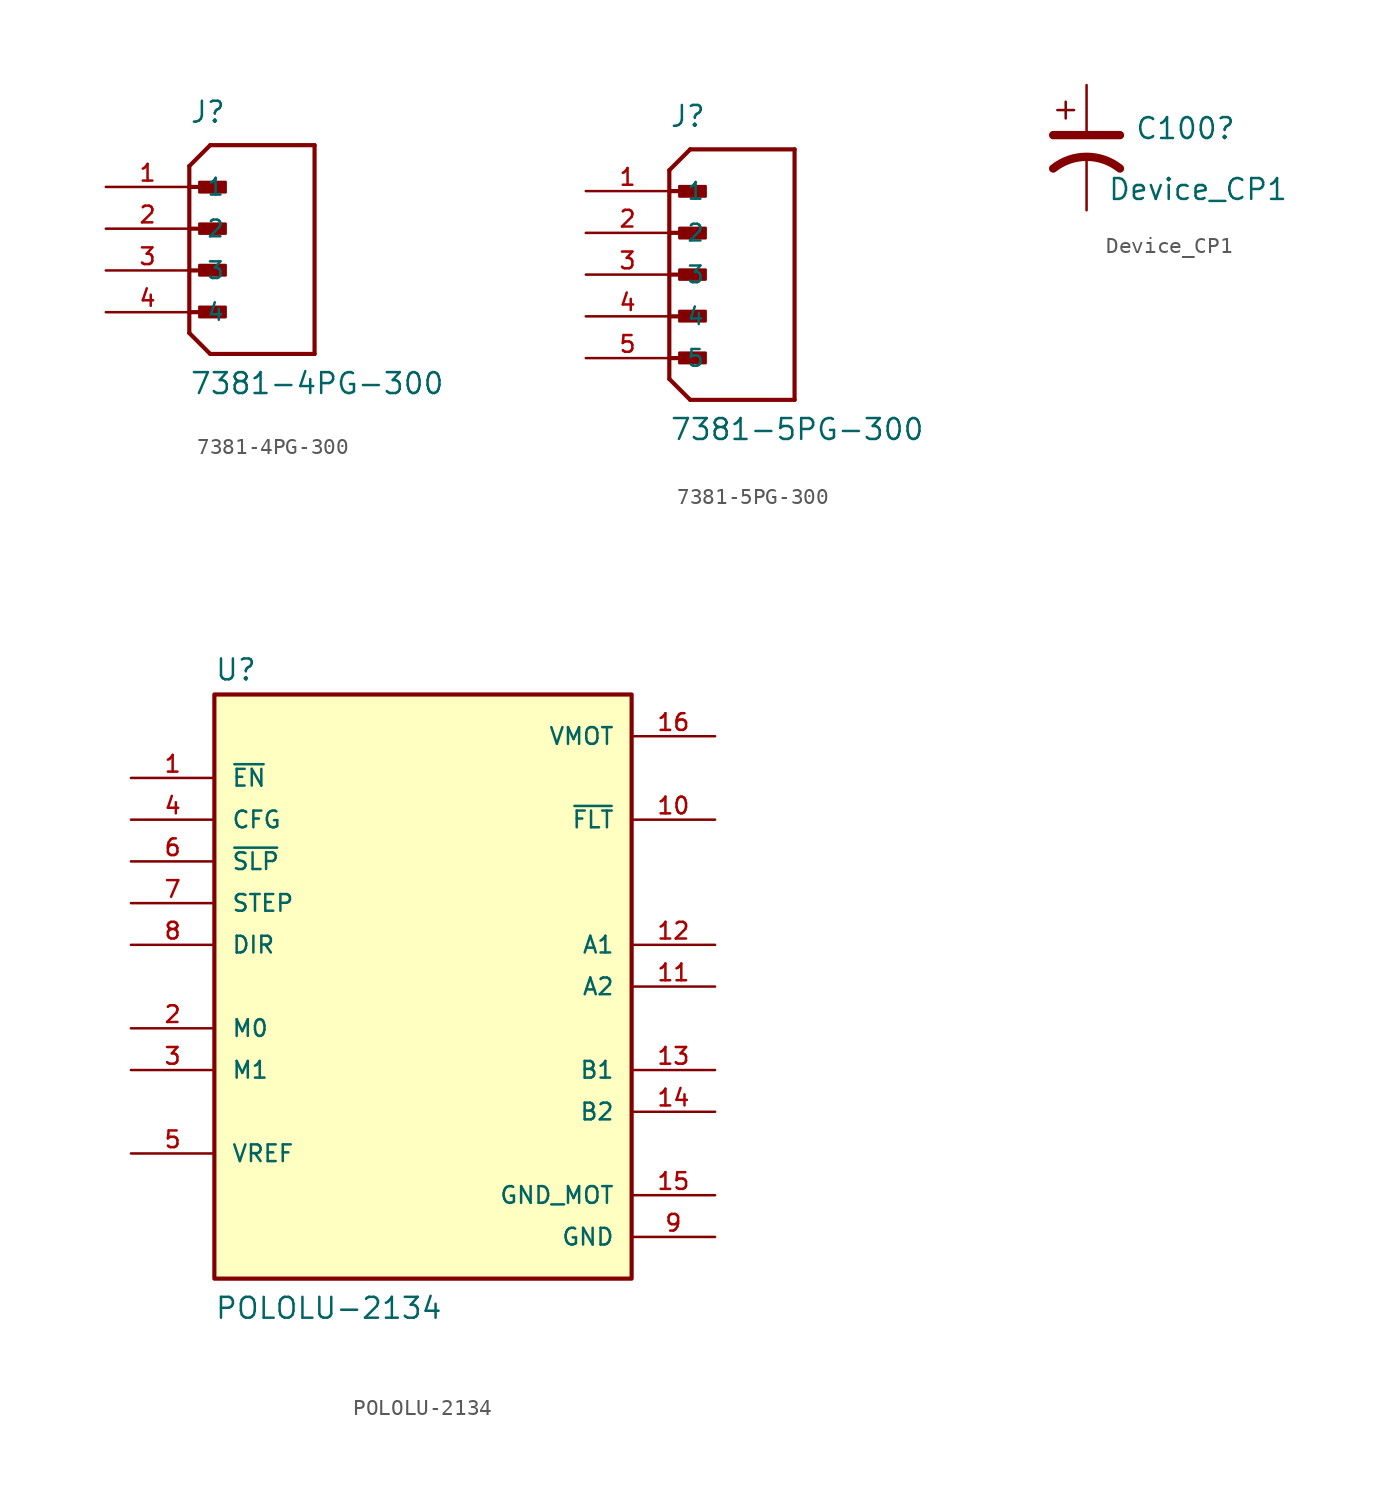
<source format=kicad_sym>
(kicad_symbol_lib
  (version 20211014)
  (generator kicad_symbol_editor)
  (symbol "7381-4PG-300"
    (pin_names
      (offset 1.016))
    (property "Reference" "J"
      (at 0 6.35 0)
      (effects (font (size 1.27 1.27)) (justify left bottom)))
    (property "Value" "7381-4PG-300"
      (at 0 -10.16 0)
      (effects (font (size 1.27 1.27)) (justify left bottom)))
    (property "ki_locked" ""
      (at 0 0 0)
      (effects (font (size 1.27 1.27))))
    (symbol "7381-4PG-300_0_0"
      (polyline (pts (xy 0 -6.35) (xy 1.27 -7.62)) (stroke (width 0.254) (type default) (color 0 0 0 0)) (fill (type none)))
      (polyline (pts (xy 0 -5.08) (xy 0 -6.35)) (stroke (width 0.254) (type default) (color 0 0 0 0)) (fill (type none)))
      (polyline (pts (xy 0 -5.08) (xy 1.905 -5.08)) (stroke (width 0.254) (type default) (color 0 0 0 0)) (fill (type none)))
      (polyline (pts (xy 0 -2.54) (xy 0 -5.08)) (stroke (width 0.254) (type default) (color 0 0 0 0)) (fill (type none)))
      (polyline (pts (xy 0 -2.54) (xy 1.905 -2.54)) (stroke (width 0.254) (type default) (color 0 0 0 0)) (fill (type none)))
      (polyline (pts (xy 0 0) (xy 1.905 0)) (stroke (width 0.254) (type default) (color 0 0 0 0)) (fill (type none)))
      (polyline (pts (xy 0 2.54) (xy 0 -2.54)) (stroke (width 0.254) (type default) (color 0 0 0 0)) (fill (type none)))
      (polyline (pts (xy 0 2.54) (xy 1.905 2.54)) (stroke (width 0.254) (type default) (color 0 0 0 0)) (fill (type none)))
      (polyline (pts (xy 0 3.81) (xy 0 2.54)) (stroke (width 0.254) (type default) (color 0 0 0 0)) (fill (type none)))
      (polyline (pts (xy 0 3.81) (xy 1.27 5.08)) (stroke (width 0.254) (type default) (color 0 0 0 0)) (fill (type none)))
      (polyline (pts (xy 1.27 -7.62) (xy 7.62 -7.62)) (stroke (width 0.254) (type default) (color 0 0 0 0)) (fill (type none)))
      (polyline (pts (xy 7.62 -7.62) (xy 7.62 5.08)) (stroke (width 0.254) (type default) (color 0 0 0 0)) (fill (type none)))
      (polyline (pts (xy 7.62 5.08) (xy 1.27 5.08)) (stroke (width 0.254) (type default) (color 0 0 0 0)) (fill (type none)))
      (rectangle (start 0.61 -5.385) (end 2.21 -4.75) (stroke (width 0) (type default) (color 0 0 0 0)) (fill (type outline)))
      (rectangle (start 0.61 -2.845) (end 2.21 -2.21) (stroke (width 0) (type default) (color 0 0 0 0)) (fill (type outline)))
      (rectangle (start 0.61 -0.305) (end 2.21 0.305) (stroke (width 0) (type default) (color 0 0 0 0)) (fill (type outline)))
      (rectangle (start 0.61 2.21) (end 2.21 2.845) (stroke (width 0) (type default) (color 0 0 0 0)) (fill (type outline)))
      (pin passive line (at -5.08 2.54 0) (length 5.08) (name "1" (effects (font (size 1.016 1.016)))) (number "1" (effects (font (size 1.016 1.016)))))
      (pin passive line (at -5.08 0 0) (length 5.08) (name "2" (effects (font (size 1.016 1.016)))) (number "2" (effects (font (size 1.016 1.016)))))
      (pin passive line (at -5.08 -2.54 0) (length 5.08) (name "3" (effects (font (size 1.016 1.016)))) (number "3" (effects (font (size 1.016 1.016)))))
      (pin passive line (at -5.08 -5.08 0) (length 5.08) (name "4" (effects (font (size 1.016 1.016)))) (number "4" (effects (font (size 1.016 1.016)))))))
  (symbol "7381-5PG-300"
    (pin_names
      (offset 1.016))
    (property "Reference" "J"
      (at 0 8.89 0)
      (effects (font (size 1.27 1.27)) (justify left bottom)))
    (property "Value" "7381-5PG-300"
      (at 0 -10.16 0)
      (effects (font (size 1.27 1.27)) (justify left bottom)))
    (property "ki_locked" ""
      (at 0 0 0)
      (effects (font (size 1.27 1.27))))
    (symbol "7381-5PG-300_0_0"
      (polyline (pts (xy 0 -6.35) (xy 1.27 -7.62)) (stroke (width 0.254) (type default) (color 0 0 0 0)) (fill (type none)))
      (polyline (pts (xy 0 -5.08) (xy 0 -6.35)) (stroke (width 0.254) (type default) (color 0 0 0 0)) (fill (type none)))
      (polyline (pts (xy 0 -5.08) (xy 1.905 -5.08)) (stroke (width 0.254) (type default) (color 0 0 0 0)) (fill (type none)))
      (polyline (pts (xy 0 -2.54) (xy 0 -5.08)) (stroke (width 0.254) (type default) (color 0 0 0 0)) (fill (type none)))
      (polyline (pts (xy 0 -2.54) (xy 1.905 -2.54)) (stroke (width 0.254) (type default) (color 0 0 0 0)) (fill (type none)))
      (polyline (pts (xy 0 0) (xy 0 -2.54)) (stroke (width 0.254) (type default) (color 0 0 0 0)) (fill (type none)))
      (polyline (pts (xy 0 0) (xy 1.905 0)) (stroke (width 0.254) (type default) (color 0 0 0 0)) (fill (type none)))
      (polyline (pts (xy 0 2.54) (xy 1.905 2.54)) (stroke (width 0.254) (type default) (color 0 0 0 0)) (fill (type none)))
      (polyline (pts (xy 0 5.08) (xy 0 0)) (stroke (width 0.254) (type default) (color 0 0 0 0)) (fill (type none)))
      (polyline (pts (xy 0 5.08) (xy 1.905 5.08)) (stroke (width 0.254) (type default) (color 0 0 0 0)) (fill (type none)))
      (polyline (pts (xy 0 6.35) (xy 0 5.08)) (stroke (width 0.254) (type default) (color 0 0 0 0)) (fill (type none)))
      (polyline (pts (xy 0 6.35) (xy 1.27 7.62)) (stroke (width 0.254) (type default) (color 0 0 0 0)) (fill (type none)))
      (polyline (pts (xy 1.27 -7.62) (xy 7.62 -7.62)) (stroke (width 0.254) (type default) (color 0 0 0 0)) (fill (type none)))
      (polyline (pts (xy 7.62 -7.62) (xy 7.62 7.62)) (stroke (width 0.254) (type default) (color 0 0 0 0)) (fill (type none)))
      (polyline (pts (xy 7.62 7.62) (xy 1.27 7.62)) (stroke (width 0.254) (type default) (color 0 0 0 0)) (fill (type none)))
      (rectangle (start 0.61 -5.385) (end 2.21 -4.75) (stroke (width 0) (type default) (color 0 0 0 0)) (fill (type outline)))
      (rectangle (start 0.61 -2.845) (end 2.21 -2.21) (stroke (width 0) (type default) (color 0 0 0 0)) (fill (type outline)))
      (rectangle (start 0.61 -0.305) (end 2.21 0.305) (stroke (width 0) (type default) (color 0 0 0 0)) (fill (type outline)))
      (rectangle (start 0.61 2.21) (end 2.21 2.845) (stroke (width 0) (type default) (color 0 0 0 0)) (fill (type outline)))
      (rectangle (start 0.61 4.75) (end 2.21 5.385) (stroke (width 0) (type default) (color 0 0 0 0)) (fill (type outline)))
      (pin passive line (at -5.08 5.08 0) (length 5.08) (name "1" (effects (font (size 1.016 1.016)))) (number "1" (effects (font (size 1.016 1.016)))))
      (pin passive line (at -5.08 2.54 0) (length 5.08) (name "2" (effects (font (size 1.016 1.016)))) (number "2" (effects (font (size 1.016 1.016)))))
      (pin passive line (at -5.08 0 0) (length 5.08) (name "3" (effects (font (size 1.016 1.016)))) (number "3" (effects (font (size 1.016 1.016)))))
      (pin passive line (at -5.08 -2.54 0) (length 5.08) (name "4" (effects (font (size 1.016 1.016)))) (number "4" (effects (font (size 1.016 1.016)))))
      (pin passive line (at -5.08 -5.08 0) (length 5.08) (name "5" (effects (font (size 1.016 1.016)))) (number "5" (effects (font (size 1.016 1.016)))))))
  (symbol "Device_CP1"
    (pin_numbers hide)
    (pin_names
      (offset 0.254) hide)
    (property "Reference" "C100"
      (at 2.921 1.168 0)
      (effects (font (size 1.27 1.27)) (justify left)))
    (property "Value" "Device_CP1"
      (at 1.27 -2.54 0)
      (effects (font (size 1.27 1.27)) (justify left)))
    (symbol "Device_CP1_0_1"
      (polyline (pts (xy -2.032 0.762) (xy 2.032 0.762)) (stroke (width 0.508) (type default) (color 0 0 0 0)) (fill (type none)))
      (polyline (pts (xy -1.778 2.286) (xy -0.762 2.286)) (stroke (width 0) (type default) (color 0 0 0 0)) (fill (type none)))
      (polyline (pts (xy -1.27 1.778) (xy -1.27 2.794)) (stroke (width 0) (type default) (color 0 0 0 0)) (fill (type none)))
      (arc (start 2.032 -1.27) (mid 0 -0.5572) (end -2.032 -1.27) (stroke (width 0.508) (type default) (color 0 0 0 0)) (fill (type none))))
    (symbol "Device_CP1_1_1"
      (pin passive line (at 0 3.81 270) (length 2.794) (name "~" (effects (font (size 1.27 1.27)))) (number "1" (effects (font (size 1.27 1.27)))))
      (pin passive line (at 0 -3.81 90) (length 3.302) (name "~" (effects (font (size 1.27 1.27)))) (number "2" (effects (font (size 1.27 1.27)))))))
  (symbol "POLOLU-2134"
    (pin_names
      (offset 1.016))
    (property "Reference" "U"
      (at -12.7 18.542 0)
      (effects (font (size 1.27 1.27)) (justify left bottom)))
    (property "Value" "POLOLU-2134"
      (at -12.7 -20.32 0)
      (effects (font (size 1.27 1.27)) (justify left bottom)))
    (property "ki_locked" ""
      (at 0 0 0)
      (effects (font (size 1.27 1.27))))
    (symbol "POLOLU-2134_0_0"
      (rectangle (start -12.7 -17.78) (end 12.7 17.78) (stroke (width 0.254) (type default) (color 0 0 0 0)) (fill (type background)))
      (pin input line (at -17.78 12.7 0) (length 5.08) (name "~{EN}" (effects (font (size 1.016 1.016)))) (number "1" (effects (font (size 1.016 1.016)))))
      (pin output line (at 17.78 10.16 180) (length 5.08) (name "~{FLT}" (effects (font (size 1.016 1.016)))) (number "10" (effects (font (size 1.016 1.016)))))
      (pin output line (at 17.78 0 180) (length 5.08) (name "A2" (effects (font (size 1.016 1.016)))) (number "11" (effects (font (size 1.016 1.016)))))
      (pin output line (at 17.78 2.54 180) (length 5.08) (name "A1" (effects (font (size 1.016 1.016)))) (number "12" (effects (font (size 1.016 1.016)))))
      (pin output line (at 17.78 -5.08 180) (length 5.08) (name "B1" (effects (font (size 1.016 1.016)))) (number "13" (effects (font (size 1.016 1.016)))))
      (pin output line (at 17.78 -7.62 180) (length 5.08) (name "B2" (effects (font (size 1.016 1.016)))) (number "14" (effects (font (size 1.016 1.016)))))
      (pin power_in line (at 17.78 -12.7 180) (length 5.08) (name "GND_MOT" (effects (font (size 1.016 1.016)))) (number "15" (effects (font (size 1.016 1.016)))))
      (pin power_in line (at 17.78 15.24 180) (length 5.08) (name "VMOT" (effects (font (size 1.016 1.016)))) (number "16" (effects (font (size 1.016 1.016)))))
      (pin input line (at -17.78 -2.54 0) (length 5.08) (name "M0" (effects (font (size 1.016 1.016)))) (number "2" (effects (font (size 1.016 1.016)))))
      (pin input line (at -17.78 -5.08 0) (length 5.08) (name "M1" (effects (font (size 1.016 1.016)))) (number "3" (effects (font (size 1.016 1.016)))))
      (pin input line (at -17.78 10.16 0) (length 5.08) (name "CFG" (effects (font (size 1.016 1.016)))) (number "4" (effects (font (size 1.016 1.016)))))
      (pin input line (at -17.78 -10.16 0) (length 5.08) (name "VREF" (effects (font (size 1.016 1.016)))) (number "5" (effects (font (size 1.016 1.016)))))
      (pin input line (at -17.78 7.62 0) (length 5.08) (name "~{SLP}" (effects (font (size 1.016 1.016)))) (number "6" (effects (font (size 1.016 1.016)))))
      (pin input line (at -17.78 5.08 0) (length 5.08) (name "STEP" (effects (font (size 1.016 1.016)))) (number "7" (effects (font (size 1.016 1.016)))))
      (pin input line (at -17.78 2.54 0) (length 5.08) (name "DIR" (effects (font (size 1.016 1.016)))) (number "8" (effects (font (size 1.016 1.016)))))
      (pin power_in line (at 17.78 -15.24 180) (length 5.08) (name "GND" (effects (font (size 1.016 1.016)))) (number "9" (effects (font (size 1.016 1.016))))))))
</source>
